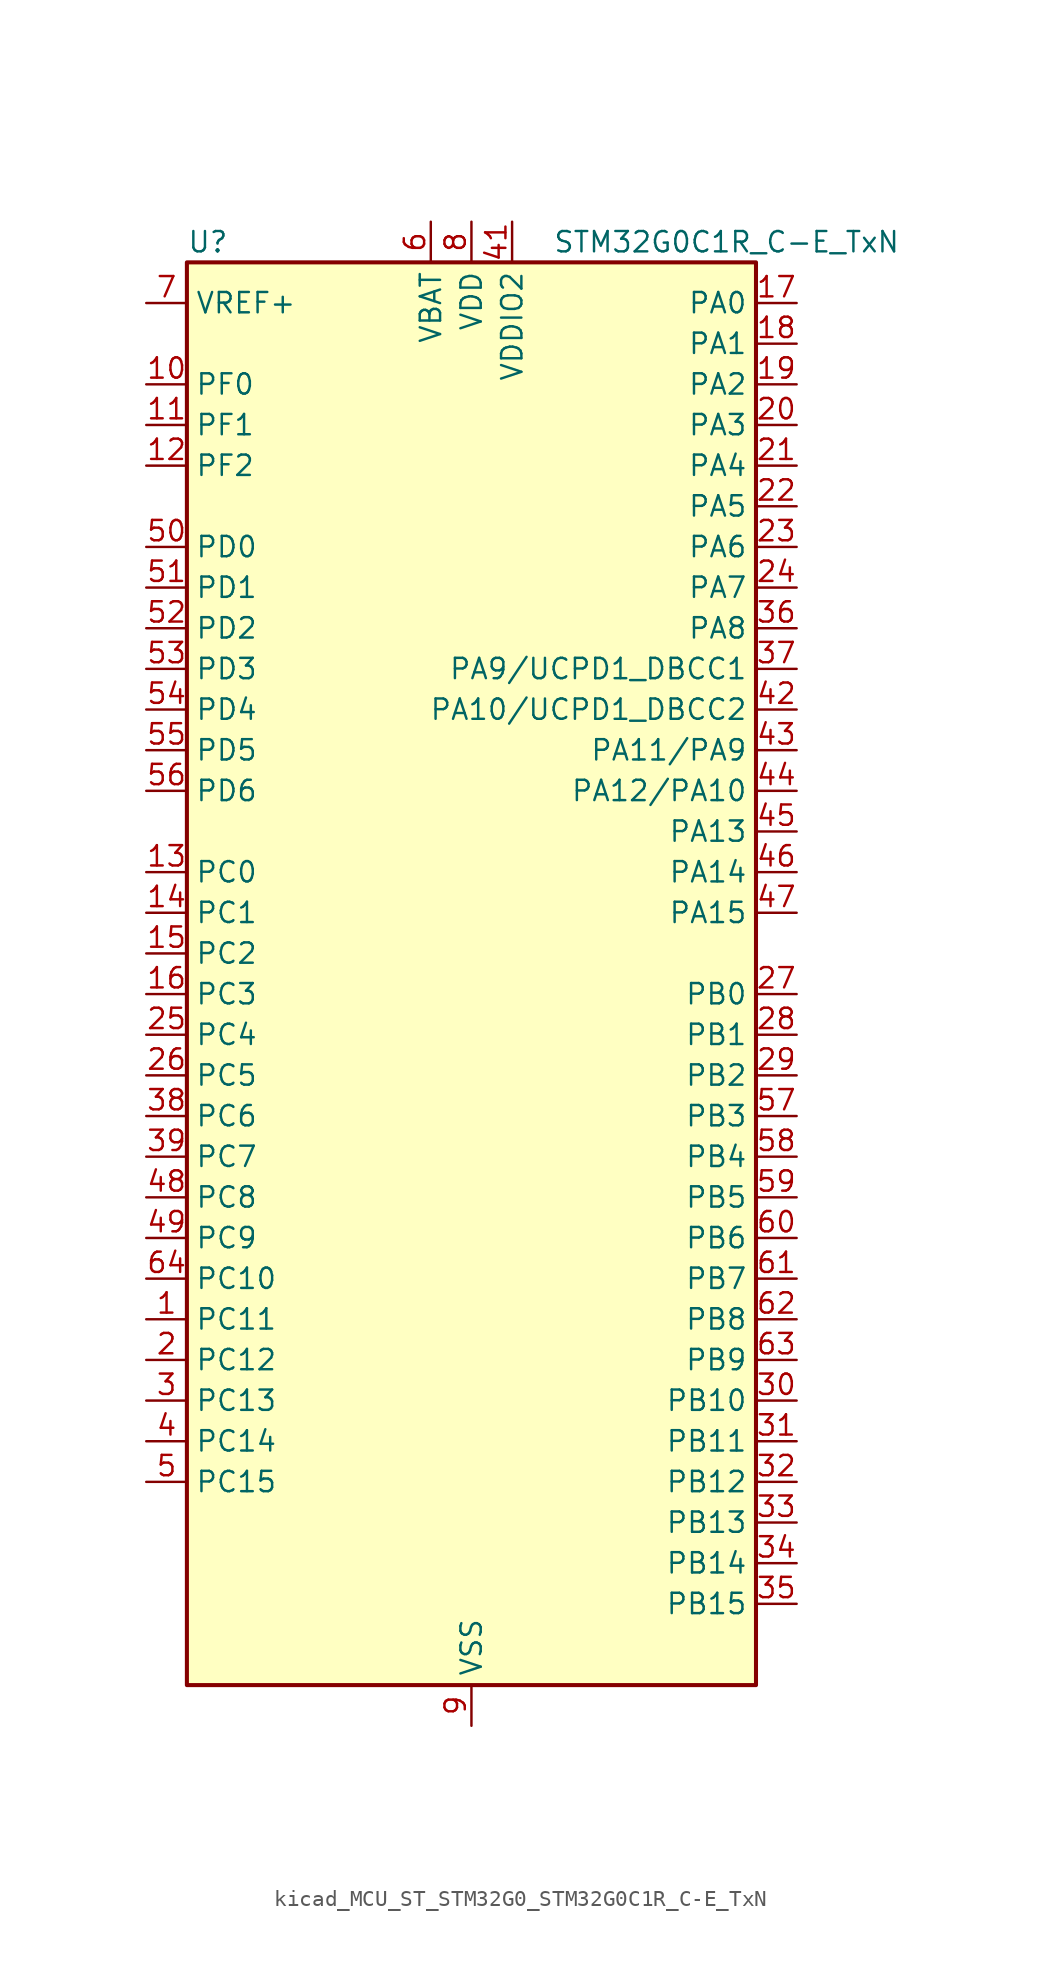
<source format=kicad_sym>
(kicad_symbol_lib
  (version 20220914)
  (generator kicad_symbol_editor)
  (symbol "kicad_MCU_ST_STM32G0_STM32G0C1R_C-E_TxN"
    (property "Reference" "U"
      (at -17.78 46.99 0)
      (effects (font (size 1.27 1.27)) (justify left)))
    (property "Value" "STM32G0C1R_C-E_TxN"
      (at 5.08 46.99 0)
      (effects (font (size 1.27 1.27)) (justify left)))
    (property "ki_locked" ""
      (at 0 0 0)
      (effects (font (size 1.27 1.27))))
    (symbol "kicad_MCU_ST_STM32G0_STM32G0C1R_C-E_TxN_0_1"
      (rectangle (start -17.78 -43.18) (end 17.78 45.72) (stroke (width 0.254) (type default)) (fill (type background))))
    (symbol "kicad_MCU_ST_STM32G0_STM32G0C1R_C-E_TxN_1_1"
      (pin bidirectional line (at -20.32 -20.32 0) (length 2.54) (name "PC11" (effects (font (size 1.27 1.27)))) (number "1" (effects (font (size 1.27 1.27)))) (alternate "ADC1_EXTI11" bidirectional line) (alternate "SPI3_MISO" bidirectional line) (alternate "TIM1_CH4" bidirectional line) (alternate "USART3_RX" bidirectional line) (alternate "USART4_RX" bidirectional line))
      (pin bidirectional line (at -20.32 38.1 0) (length 2.54) (name "PF0" (effects (font (size 1.27 1.27)))) (number "10" (effects (font (size 1.27 1.27)))) (alternate "CRS1_SYNC" bidirectional line) (alternate "RCC_OSC_IN" bidirectional line) (alternate "TIM14_CH1" bidirectional line))
      (pin bidirectional line (at -20.32 35.56 0) (length 2.54) (name "PF1" (effects (font (size 1.27 1.27)))) (number "11" (effects (font (size 1.27 1.27)))) (alternate "RCC_OSC_EN" bidirectional line) (alternate "RCC_OSC_OUT" bidirectional line) (alternate "TIM15_CH1N" bidirectional line))
      (pin bidirectional line (at -20.32 33.02 0) (length 2.54) (name "PF2" (effects (font (size 1.27 1.27)))) (number "12" (effects (font (size 1.27 1.27)))) (alternate "LPUART2_DE" bidirectional line) (alternate "LPUART2_RTS" bidirectional line) (alternate "LPUART2_TX" bidirectional line) (alternate "RCC_MCO" bidirectional line))
      (pin bidirectional line (at -20.32 7.62 0) (length 2.54) (name "PC0" (effects (font (size 1.27 1.27)))) (number "13" (effects (font (size 1.27 1.27)))) (alternate "COMP3_INM" bidirectional line) (alternate "COMP3_OUT" bidirectional line) (alternate "I2C3_SCL" bidirectional line) (alternate "LPTIM1_IN1" bidirectional line) (alternate "LPTIM2_IN1" bidirectional line) (alternate "LPUART1_RX" bidirectional line) (alternate "LPUART2_TX" bidirectional line) (alternate "USART6_TX" bidirectional line))
      (pin bidirectional line (at -20.32 5.08 0) (length 2.54) (name "PC1" (effects (font (size 1.27 1.27)))) (number "14" (effects (font (size 1.27 1.27)))) (alternate "COMP3_INP" bidirectional line) (alternate "I2C3_SDA" bidirectional line) (alternate "LPTIM1_OUT" bidirectional line) (alternate "LPUART1_TX" bidirectional line) (alternate "LPUART2_RX" bidirectional line) (alternate "TIM15_CH1" bidirectional line) (alternate "USART6_RX" bidirectional line))
      (pin bidirectional line (at -20.32 2.54 0) (length 2.54) (name "PC2" (effects (font (size 1.27 1.27)))) (number "15" (effects (font (size 1.27 1.27)))) (alternate "COMP3_OUT" bidirectional line) (alternate "FDCAN2_RX" bidirectional line) (alternate "I2S2_MCK" bidirectional line) (alternate "LPTIM1_IN2" bidirectional line) (alternate "SPI2_MISO" bidirectional line) (alternate "TIM15_CH2" bidirectional line))
      (pin bidirectional line (at -20.32 0 0) (length 2.54) (name "PC3" (effects (font (size 1.27 1.27)))) (number "16" (effects (font (size 1.27 1.27)))) (alternate "FDCAN2_TX" bidirectional line) (alternate "I2S2_SD" bidirectional line) (alternate "LPTIM1_ETR" bidirectional line) (alternate "LPTIM2_ETR" bidirectional line) (alternate "SPI2_MOSI" bidirectional line))
      (pin bidirectional line (at 20.32 43.18 180) (length 2.54) (name "PA0" (effects (font (size 1.27 1.27)))) (number "17" (effects (font (size 1.27 1.27)))) (alternate "ADC1_IN0" bidirectional line) (alternate "COMP1_INM" bidirectional line) (alternate "COMP1_OUT" bidirectional line) (alternate "I2S2_CK" bidirectional line) (alternate "LPTIM1_OUT" bidirectional line) (alternate "RTC_TAMP_IN2" bidirectional line) (alternate "SPI2_SCK" bidirectional line) (alternate "SYS_WKUP1" bidirectional line) (alternate "TIM2_CH1" bidirectional line) (alternate "TIM2_ETR" bidirectional line) (alternate "UCPD2_FRSTX1" bidirectional line) (alternate "UCPD2_FRSTX2" bidirectional line) (alternate "USART2_CTS" bidirectional line) (alternate "USART2_NSS" bidirectional line) (alternate "USART4_TX" bidirectional line))
      (pin bidirectional line (at 20.32 40.64 180) (length 2.54) (name "PA1" (effects (font (size 1.27 1.27)))) (number "18" (effects (font (size 1.27 1.27)))) (alternate "ADC1_IN1" bidirectional line) (alternate "COMP1_INP" bidirectional line) (alternate "I2C1_SMBA" bidirectional line) (alternate "I2S1_CK" bidirectional line) (alternate "SPI1_SCK" bidirectional line) (alternate "TIM15_CH1N" bidirectional line) (alternate "TIM2_CH2" bidirectional line) (alternate "USART2_CK" bidirectional line) (alternate "USART2_DE" bidirectional line) (alternate "USART2_RTS" bidirectional line) (alternate "USART4_RX" bidirectional line))
      (pin bidirectional line (at 20.32 38.1 180) (length 2.54) (name "PA2" (effects (font (size 1.27 1.27)))) (number "19" (effects (font (size 1.27 1.27)))) (alternate "ADC1_IN2" bidirectional line) (alternate "COMP2_INM" bidirectional line) (alternate "COMP2_OUT" bidirectional line) (alternate "I2S1_SD" bidirectional line) (alternate "LPUART1_TX" bidirectional line) (alternate "RCC_LSCO" bidirectional line) (alternate "SPI1_MOSI" bidirectional line) (alternate "SYS_WKUP4" bidirectional line) (alternate "TIM15_CH1" bidirectional line) (alternate "TIM2_CH3" bidirectional line) (alternate "UCPD1_FRSTX1" bidirectional line) (alternate "UCPD1_FRSTX2" bidirectional line) (alternate "USART2_TX" bidirectional line))
      (pin bidirectional line (at -20.32 -22.86 0) (length 2.54) (name "PC12" (effects (font (size 1.27 1.27)))) (number "2" (effects (font (size 1.27 1.27)))) (alternate "LPTIM1_IN1" bidirectional line) (alternate "SPI3_MOSI" bidirectional line) (alternate "TIM14_CH1" bidirectional line) (alternate "UCPD1_FRSTX1" bidirectional line) (alternate "UCPD1_FRSTX2" bidirectional line) (alternate "USART5_TX" bidirectional line))
      (pin bidirectional line (at 20.32 35.56 180) (length 2.54) (name "PA3" (effects (font (size 1.27 1.27)))) (number "20" (effects (font (size 1.27 1.27)))) (alternate "ADC1_IN3" bidirectional line) (alternate "COMP2_INP" bidirectional line) (alternate "I2S2_MCK" bidirectional line) (alternate "LPUART1_RX" bidirectional line) (alternate "SPI2_MISO" bidirectional line) (alternate "TIM15_CH2" bidirectional line) (alternate "TIM2_CH4" bidirectional line) (alternate "UCPD2_FRSTX1" bidirectional line) (alternate "UCPD2_FRSTX2" bidirectional line) (alternate "USART2_RX" bidirectional line))
      (pin bidirectional line (at 20.32 33.02 180) (length 2.54) (name "PA4" (effects (font (size 1.27 1.27)))) (number "21" (effects (font (size 1.27 1.27)))) (alternate "ADC1_IN4" bidirectional line) (alternate "DAC1_OUT1" bidirectional line) (alternate "I2S1_WS" bidirectional line) (alternate "I2S2_SD" bidirectional line) (alternate "LPTIM2_OUT" bidirectional line) (alternate "RTC_OUT2" bidirectional line) (alternate "SPI1_NSS" bidirectional line) (alternate "SPI2_MOSI" bidirectional line) (alternate "SPI3_NSS" bidirectional line) (alternate "TIM14_CH1" bidirectional line) (alternate "UCPD2_FRSTX1" bidirectional line) (alternate "UCPD2_FRSTX2" bidirectional line) (alternate "USART6_TX" bidirectional line) (alternate "USB_NOE" bidirectional line))
      (pin bidirectional line (at 20.32 30.48 180) (length 2.54) (name "PA5" (effects (font (size 1.27 1.27)))) (number "22" (effects (font (size 1.27 1.27)))) (alternate "ADC1_IN5" bidirectional line) (alternate "CEC" bidirectional line) (alternate "DAC1_OUT2" bidirectional line) (alternate "I2S1_CK" bidirectional line) (alternate "LPTIM2_ETR" bidirectional line) (alternate "SPI1_SCK" bidirectional line) (alternate "TIM2_CH1" bidirectional line) (alternate "TIM2_ETR" bidirectional line) (alternate "UCPD1_FRSTX1" bidirectional line) (alternate "UCPD1_FRSTX2" bidirectional line) (alternate "USART3_TX" bidirectional line) (alternate "USART6_RX" bidirectional line))
      (pin bidirectional line (at 20.32 27.94 180) (length 2.54) (name "PA6" (effects (font (size 1.27 1.27)))) (number "23" (effects (font (size 1.27 1.27)))) (alternate "ADC1_IN6" bidirectional line) (alternate "COMP1_OUT" bidirectional line) (alternate "I2C2_SDA" bidirectional line) (alternate "I2C3_SDA" bidirectional line) (alternate "I2S1_MCK" bidirectional line) (alternate "LPUART1_CTS" bidirectional line) (alternate "SPI1_MISO" bidirectional line) (alternate "TIM16_CH1" bidirectional line) (alternate "TIM1_BK" bidirectional line) (alternate "TIM3_CH1" bidirectional line) (alternate "USART3_CTS" bidirectional line) (alternate "USART3_NSS" bidirectional line) (alternate "USART6_CTS" bidirectional line) (alternate "USART6_NSS" bidirectional line))
      (pin bidirectional line (at 20.32 25.4 180) (length 2.54) (name "PA7" (effects (font (size 1.27 1.27)))) (number "24" (effects (font (size 1.27 1.27)))) (alternate "ADC1_IN7" bidirectional line) (alternate "COMP2_OUT" bidirectional line) (alternate "I2C2_SCL" bidirectional line) (alternate "I2C3_SCL" bidirectional line) (alternate "I2S1_SD" bidirectional line) (alternate "SPI1_MOSI" bidirectional line) (alternate "TIM14_CH1" bidirectional line) (alternate "TIM17_CH1" bidirectional line) (alternate "TIM1_CH1N" bidirectional line) (alternate "TIM3_CH2" bidirectional line) (alternate "UCPD1_FRSTX1" bidirectional line) (alternate "UCPD1_FRSTX2" bidirectional line) (alternate "USART6_CK" bidirectional line) (alternate "USART6_DE" bidirectional line) (alternate "USART6_RTS" bidirectional line))
      (pin bidirectional line (at -20.32 -2.54 0) (length 2.54) (name "PC4" (effects (font (size 1.27 1.27)))) (number "25" (effects (font (size 1.27 1.27)))) (alternate "ADC1_IN17" bidirectional line) (alternate "COMP1_INM" bidirectional line) (alternate "FDCAN1_RX" bidirectional line) (alternate "TIM2_CH1" bidirectional line) (alternate "TIM2_ETR" bidirectional line) (alternate "USART1_TX" bidirectional line) (alternate "USART3_TX" bidirectional line))
      (pin bidirectional line (at -20.32 -5.08 0) (length 2.54) (name "PC5" (effects (font (size 1.27 1.27)))) (number "26" (effects (font (size 1.27 1.27)))) (alternate "ADC1_IN18" bidirectional line) (alternate "COMP1_INP" bidirectional line) (alternate "FDCAN1_TX" bidirectional line) (alternate "SYS_WKUP5" bidirectional line) (alternate "TIM2_CH2" bidirectional line) (alternate "USART1_RX" bidirectional line) (alternate "USART3_RX" bidirectional line))
      (pin bidirectional line (at 20.32 0 180) (length 2.54) (name "PB0" (effects (font (size 1.27 1.27)))) (number "27" (effects (font (size 1.27 1.27)))) (alternate "ADC1_IN8" bidirectional line) (alternate "COMP1_OUT" bidirectional line) (alternate "COMP3_INP" bidirectional line) (alternate "FDCAN2_RX" bidirectional line) (alternate "I2S1_WS" bidirectional line) (alternate "LPTIM1_OUT" bidirectional line) (alternate "LPUART2_CTS" bidirectional line) (alternate "SPI1_NSS" bidirectional line) (alternate "TIM1_CH2N" bidirectional line) (alternate "TIM3_CH3" bidirectional line) (alternate "UCPD1_FRSTX1" bidirectional line) (alternate "UCPD1_FRSTX2" bidirectional line) (alternate "USART3_RX" bidirectional line) (alternate "USART5_TX" bidirectional line))
      (pin bidirectional line (at 20.32 -2.54 180) (length 2.54) (name "PB1" (effects (font (size 1.27 1.27)))) (number "28" (effects (font (size 1.27 1.27)))) (alternate "ADC1_IN9" bidirectional line) (alternate "COMP1_INM" bidirectional line) (alternate "COMP3_OUT" bidirectional line) (alternate "FDCAN2_TX" bidirectional line) (alternate "LPTIM2_IN1" bidirectional line) (alternate "LPUART1_DE" bidirectional line) (alternate "LPUART1_RTS" bidirectional line) (alternate "LPUART2_DE" bidirectional line) (alternate "LPUART2_RTS" bidirectional line) (alternate "TIM14_CH1" bidirectional line) (alternate "TIM1_CH3N" bidirectional line) (alternate "TIM3_CH4" bidirectional line) (alternate "USART3_CK" bidirectional line) (alternate "USART3_DE" bidirectional line) (alternate "USART3_RTS" bidirectional line) (alternate "USART5_RX" bidirectional line))
      (pin bidirectional line (at 20.32 -5.08 180) (length 2.54) (name "PB2" (effects (font (size 1.27 1.27)))) (number "29" (effects (font (size 1.27 1.27)))) (alternate "ADC1_IN10" bidirectional line) (alternate "COMP1_INP" bidirectional line) (alternate "COMP3_INM" bidirectional line) (alternate "I2S2_MCK" bidirectional line) (alternate "LPTIM1_OUT" bidirectional line) (alternate "RCC_MCO_2" bidirectional line) (alternate "SPI2_MISO" bidirectional line) (alternate "USART3_TX" bidirectional line))
      (pin bidirectional line (at -20.32 -25.4 0) (length 2.54) (name "PC13" (effects (font (size 1.27 1.27)))) (number "3" (effects (font (size 1.27 1.27)))) (alternate "RTC_OUT1" bidirectional line) (alternate "RTC_TAMP_IN1" bidirectional line) (alternate "RTC_TS" bidirectional line) (alternate "SYS_WKUP2" bidirectional line) (alternate "TIM1_BK" bidirectional line))
      (pin bidirectional line (at 20.32 -25.4 180) (length 2.54) (name "PB10" (effects (font (size 1.27 1.27)))) (number "30" (effects (font (size 1.27 1.27)))) (alternate "ADC1_IN11" bidirectional line) (alternate "CEC" bidirectional line) (alternate "COMP1_OUT" bidirectional line) (alternate "I2C2_SCL" bidirectional line) (alternate "I2S2_CK" bidirectional line) (alternate "LPUART1_RX" bidirectional line) (alternate "SPI2_SCK" bidirectional line) (alternate "TIM2_CH3" bidirectional line) (alternate "USART3_TX" bidirectional line))
      (pin bidirectional line (at 20.32 -27.94 180) (length 2.54) (name "PB11" (effects (font (size 1.27 1.27)))) (number "31" (effects (font (size 1.27 1.27)))) (alternate "ADC1_EXTI11" bidirectional line) (alternate "ADC1_IN15" bidirectional line) (alternate "COMP2_OUT" bidirectional line) (alternate "I2C2_SDA" bidirectional line) (alternate "I2S2_SD" bidirectional line) (alternate "LPUART1_TX" bidirectional line) (alternate "SPI2_MOSI" bidirectional line) (alternate "TIM2_CH4" bidirectional line) (alternate "USART3_RX" bidirectional line))
      (pin bidirectional line (at 20.32 -30.48 180) (length 2.54) (name "PB12" (effects (font (size 1.27 1.27)))) (number "32" (effects (font (size 1.27 1.27)))) (alternate "ADC1_IN16" bidirectional line) (alternate "FDCAN2_RX" bidirectional line) (alternate "I2C2_SMBA" bidirectional line) (alternate "I2S2_WS" bidirectional line) (alternate "LPUART1_DE" bidirectional line) (alternate "LPUART1_RTS" bidirectional line) (alternate "SPI2_NSS" bidirectional line) (alternate "TIM15_BK" bidirectional line) (alternate "TIM1_BK" bidirectional line) (alternate "UCPD2_FRSTX1" bidirectional line) (alternate "UCPD2_FRSTX2" bidirectional line))
      (pin bidirectional line (at 20.32 -33.02 180) (length 2.54) (name "PB13" (effects (font (size 1.27 1.27)))) (number "33" (effects (font (size 1.27 1.27)))) (alternate "FDCAN2_TX" bidirectional line) (alternate "I2C2_SCL" bidirectional line) (alternate "I2S2_CK" bidirectional line) (alternate "LPUART1_CTS" bidirectional line) (alternate "SPI2_SCK" bidirectional line) (alternate "TIM15_CH1N" bidirectional line) (alternate "TIM1_CH1N" bidirectional line) (alternate "USART3_CTS" bidirectional line) (alternate "USART3_NSS" bidirectional line))
      (pin bidirectional line (at 20.32 -35.56 180) (length 2.54) (name "PB14" (effects (font (size 1.27 1.27)))) (number "34" (effects (font (size 1.27 1.27)))) (alternate "I2C2_SDA" bidirectional line) (alternate "I2S2_MCK" bidirectional line) (alternate "SPI2_MISO" bidirectional line) (alternate "TIM15_CH1" bidirectional line) (alternate "TIM1_CH2N" bidirectional line) (alternate "UCPD1_FRSTX1" bidirectional line) (alternate "UCPD1_FRSTX2" bidirectional line) (alternate "USART3_CK" bidirectional line) (alternate "USART3_DE" bidirectional line) (alternate "USART3_RTS" bidirectional line) (alternate "USART6_CK" bidirectional line) (alternate "USART6_DE" bidirectional line) (alternate "USART6_RTS" bidirectional line))
      (pin bidirectional line (at 20.32 -38.1 180) (length 2.54) (name "PB15" (effects (font (size 1.27 1.27)))) (number "35" (effects (font (size 1.27 1.27)))) (alternate "I2S2_SD" bidirectional line) (alternate "RTC_REFIN" bidirectional line) (alternate "SPI2_MOSI" bidirectional line) (alternate "TIM15_CH1N" bidirectional line) (alternate "TIM15_CH2" bidirectional line) (alternate "TIM1_CH3N" bidirectional line) (alternate "UCPD1_CC2" bidirectional line) (alternate "USART6_CTS" bidirectional line) (alternate "USART6_NSS" bidirectional line))
      (pin bidirectional line (at 20.32 22.86 180) (length 2.54) (name "PA8" (effects (font (size 1.27 1.27)))) (number "36" (effects (font (size 1.27 1.27)))) (alternate "CRS1_SYNC" bidirectional line) (alternate "I2C2_SMBA" bidirectional line) (alternate "I2S2_WS" bidirectional line) (alternate "LPTIM2_OUT" bidirectional line) (alternate "RCC_MCO" bidirectional line) (alternate "SPI2_NSS" bidirectional line) (alternate "TIM1_CH1" bidirectional line) (alternate "UCPD1_CC1" bidirectional line))
      (pin bidirectional line (at 20.32 20.32 180) (length 2.54) (name "PA9/UCPD1_DBCC1" (effects (font (size 1.27 1.27)))) (number "37" (effects (font (size 1.27 1.27)))) (alternate "DAC1_EXTI9" bidirectional line) (alternate "I2C1_SCL" bidirectional line) (alternate "I2C2_SCL" bidirectional line) (alternate "I2S2_MCK" bidirectional line) (alternate "RCC_MCO" bidirectional line) (alternate "SPI2_MISO" bidirectional line) (alternate "TIM15_BK" bidirectional line) (alternate "TIM1_CH2" bidirectional line) (alternate "UCPD1_DBCC1" bidirectional line) (alternate "USART1_TX" bidirectional line))
      (pin bidirectional line (at -20.32 -7.62 0) (length 2.54) (name "PC6" (effects (font (size 1.27 1.27)))) (number "38" (effects (font (size 1.27 1.27)))) (alternate "LPUART2_TX" bidirectional line) (alternate "TIM2_CH3" bidirectional line) (alternate "TIM3_CH1" bidirectional line) (alternate "UCPD1_FRSTX1" bidirectional line) (alternate "UCPD1_FRSTX2" bidirectional line))
      (pin bidirectional line (at -20.32 -10.16 0) (length 2.54) (name "PC7" (effects (font (size 1.27 1.27)))) (number "39" (effects (font (size 1.27 1.27)))) (alternate "LPUART2_RX" bidirectional line) (alternate "TIM2_CH4" bidirectional line) (alternate "TIM3_CH2" bidirectional line) (alternate "UCPD2_FRSTX1" bidirectional line) (alternate "UCPD2_FRSTX2" bidirectional line))
      (pin bidirectional line (at -20.32 -27.94 0) (length 2.54) (name "PC14" (effects (font (size 1.27 1.27)))) (number "4" (effects (font (size 1.27 1.27)))) (alternate "RCC_OSC32_IN" bidirectional line) (alternate "TIM1_BK2" bidirectional line))
      (pin passive line (at 0 -45.72 90) (length 2.54) hide (name "VSS" (effects (font (size 1.27 1.27)))) (number "40" (effects (font (size 1.27 1.27)))))
      (pin power_in line (at 2.54 48.26 270) (length 2.54) (name "VDDIO2" (effects (font (size 1.27 1.27)))) (number "41" (effects (font (size 1.27 1.27)))))
      (pin bidirectional line (at 20.32 17.78 180) (length 2.54) (name "PA10/UCPD1_DBCC2" (effects (font (size 1.27 1.27)))) (number "42" (effects (font (size 1.27 1.27)))) (alternate "I2C1_SDA" bidirectional line) (alternate "I2C2_SDA" bidirectional line) (alternate "I2S2_SD" bidirectional line) (alternate "RCC_MCO_2" bidirectional line) (alternate "SPI2_MOSI" bidirectional line) (alternate "TIM17_BK" bidirectional line) (alternate "TIM1_CH3" bidirectional line) (alternate "UCPD1_DBCC2" bidirectional line) (alternate "USART1_RX" bidirectional line))
      (pin bidirectional line (at 20.32 15.24 180) (length 2.54) (name "PA11/PA9" (effects (font (size 1.27 1.27)))) (number "43" (effects (font (size 1.27 1.27)))) (alternate "ADC1_EXTI11" bidirectional line) (alternate "COMP1_OUT" bidirectional line) (alternate "FDCAN1_RX" bidirectional line) (alternate "I2C2_SCL" bidirectional line) (alternate "I2S1_MCK" bidirectional line) (alternate "SPI1_MISO" bidirectional line) (alternate "TIM1_BK2" bidirectional line) (alternate "TIM1_CH4" bidirectional line) (alternate "USART1_CTS" bidirectional line) (alternate "USART1_NSS" bidirectional line) (alternate "USB_DM" bidirectional line))
      (pin bidirectional line (at 20.32 12.7 180) (length 2.54) (name "PA12/PA10" (effects (font (size 1.27 1.27)))) (number "44" (effects (font (size 1.27 1.27)))) (alternate "COMP2_OUT" bidirectional line) (alternate "FDCAN1_TX" bidirectional line) (alternate "I2C2_SDA" bidirectional line) (alternate "I2S1_SD" bidirectional line) (alternate "I2S_CKIN" bidirectional line) (alternate "SPI1_MOSI" bidirectional line) (alternate "TIM1_ETR" bidirectional line) (alternate "USART1_CK" bidirectional line) (alternate "USART1_DE" bidirectional line) (alternate "USART1_RTS" bidirectional line) (alternate "USB_DP" bidirectional line))
      (pin bidirectional line (at 20.32 10.16 180) (length 2.54) (name "PA13" (effects (font (size 1.27 1.27)))) (number "45" (effects (font (size 1.27 1.27)))) (alternate "IR_OUT" bidirectional line) (alternate "LPUART2_RX" bidirectional line) (alternate "SYS_SWDIO" bidirectional line) (alternate "USB_NOE" bidirectional line))
      (pin bidirectional line (at 20.32 7.62 180) (length 2.54) (name "PA14" (effects (font (size 1.27 1.27)))) (number "46" (effects (font (size 1.27 1.27)))) (alternate "LPUART2_TX" bidirectional line) (alternate "SYS_SWCLK" bidirectional line) (alternate "USART2_TX" bidirectional line))
      (pin bidirectional line (at 20.32 5.08 180) (length 2.54) (name "PA15" (effects (font (size 1.27 1.27)))) (number "47" (effects (font (size 1.27 1.27)))) (alternate "I2C2_SMBA" bidirectional line) (alternate "I2S1_WS" bidirectional line) (alternate "RCC_MCO_2" bidirectional line) (alternate "SPI1_NSS" bidirectional line) (alternate "SPI3_NSS" bidirectional line) (alternate "TIM2_CH1" bidirectional line) (alternate "TIM2_ETR" bidirectional line) (alternate "USART2_RX" bidirectional line) (alternate "USART3_CK" bidirectional line) (alternate "USART3_DE" bidirectional line) (alternate "USART3_RTS" bidirectional line) (alternate "USART4_CK" bidirectional line) (alternate "USART4_DE" bidirectional line) (alternate "USART4_RTS" bidirectional line) (alternate "USB_NOE" bidirectional line))
      (pin bidirectional line (at -20.32 -12.7 0) (length 2.54) (name "PC8" (effects (font (size 1.27 1.27)))) (number "48" (effects (font (size 1.27 1.27)))) (alternate "LPUART2_CTS" bidirectional line) (alternate "TIM1_CH1" bidirectional line) (alternate "TIM3_CH3" bidirectional line) (alternate "UCPD2_FRSTX1" bidirectional line) (alternate "UCPD2_FRSTX2" bidirectional line))
      (pin bidirectional line (at -20.32 -15.24 0) (length 2.54) (name "PC9" (effects (font (size 1.27 1.27)))) (number "49" (effects (font (size 1.27 1.27)))) (alternate "DAC1_EXTI9" bidirectional line) (alternate "I2S_CKIN" bidirectional line) (alternate "LPUART2_DE" bidirectional line) (alternate "LPUART2_RTS" bidirectional line) (alternate "TIM1_CH2" bidirectional line) (alternate "TIM3_CH4" bidirectional line) (alternate "USB_NOE" bidirectional line))
      (pin bidirectional line (at -20.32 -30.48 0) (length 2.54) (name "PC15" (effects (font (size 1.27 1.27)))) (number "5" (effects (font (size 1.27 1.27)))) (alternate "RCC_OSC32_EN" bidirectional line) (alternate "RCC_OSC32_OUT" bidirectional line) (alternate "RCC_OSC_EN" bidirectional line) (alternate "TIM15_BK" bidirectional line))
      (pin bidirectional line (at -20.32 27.94 0) (length 2.54) (name "PD0" (effects (font (size 1.27 1.27)))) (number "50" (effects (font (size 1.27 1.27)))) (alternate "FDCAN1_RX" bidirectional line) (alternate "I2S2_WS" bidirectional line) (alternate "SPI2_NSS" bidirectional line) (alternate "TIM16_CH1" bidirectional line) (alternate "UCPD2_CC1" bidirectional line))
      (pin bidirectional line (at -20.32 25.4 0) (length 2.54) (name "PD1" (effects (font (size 1.27 1.27)))) (number "51" (effects (font (size 1.27 1.27)))) (alternate "FDCAN1_TX" bidirectional line) (alternate "I2S2_CK" bidirectional line) (alternate "SPI2_SCK" bidirectional line) (alternate "TIM17_CH1" bidirectional line) (alternate "UCPD2_DBCC1" bidirectional line))
      (pin bidirectional line (at -20.32 22.86 0) (length 2.54) (name "PD2" (effects (font (size 1.27 1.27)))) (number "52" (effects (font (size 1.27 1.27)))) (alternate "TIM1_CH1N" bidirectional line) (alternate "TIM3_ETR" bidirectional line) (alternate "UCPD2_CC2" bidirectional line) (alternate "USART3_CK" bidirectional line) (alternate "USART3_DE" bidirectional line) (alternate "USART3_RTS" bidirectional line) (alternate "USART5_RX" bidirectional line))
      (pin bidirectional line (at -20.32 20.32 0) (length 2.54) (name "PD3" (effects (font (size 1.27 1.27)))) (number "53" (effects (font (size 1.27 1.27)))) (alternate "I2S2_MCK" bidirectional line) (alternate "SPI2_MISO" bidirectional line) (alternate "TIM1_CH2N" bidirectional line) (alternate "UCPD2_DBCC2" bidirectional line) (alternate "USART2_CTS" bidirectional line) (alternate "USART2_NSS" bidirectional line) (alternate "USART5_TX" bidirectional line))
      (pin bidirectional line (at -20.32 17.78 0) (length 2.54) (name "PD4" (effects (font (size 1.27 1.27)))) (number "54" (effects (font (size 1.27 1.27)))) (alternate "I2S2_SD" bidirectional line) (alternate "SPI2_MOSI" bidirectional line) (alternate "TIM1_CH3N" bidirectional line) (alternate "USART2_CK" bidirectional line) (alternate "USART2_DE" bidirectional line) (alternate "USART2_RTS" bidirectional line) (alternate "USART5_CK" bidirectional line) (alternate "USART5_DE" bidirectional line) (alternate "USART5_RTS" bidirectional line))
      (pin bidirectional line (at -20.32 15.24 0) (length 2.54) (name "PD5" (effects (font (size 1.27 1.27)))) (number "55" (effects (font (size 1.27 1.27)))) (alternate "I2S1_MCK" bidirectional line) (alternate "SPI1_MISO" bidirectional line) (alternate "TIM1_BK" bidirectional line) (alternate "USART2_TX" bidirectional line) (alternate "USART5_CTS" bidirectional line) (alternate "USART5_NSS" bidirectional line))
      (pin bidirectional line (at -20.32 12.7 0) (length 2.54) (name "PD6" (effects (font (size 1.27 1.27)))) (number "56" (effects (font (size 1.27 1.27)))) (alternate "I2S1_SD" bidirectional line) (alternate "LPTIM2_OUT" bidirectional line) (alternate "SPI1_MOSI" bidirectional line) (alternate "USART2_RX" bidirectional line))
      (pin bidirectional line (at 20.32 -7.62 180) (length 2.54) (name "PB3" (effects (font (size 1.27 1.27)))) (number "57" (effects (font (size 1.27 1.27)))) (alternate "COMP2_INM" bidirectional line) (alternate "I2C2_SCL" bidirectional line) (alternate "I2C3_SCL" bidirectional line) (alternate "I2S1_CK" bidirectional line) (alternate "SPI1_SCK" bidirectional line) (alternate "SPI3_SCK" bidirectional line) (alternate "TIM1_CH2" bidirectional line) (alternate "TIM2_CH2" bidirectional line) (alternate "USART1_CK" bidirectional line) (alternate "USART1_DE" bidirectional line) (alternate "USART1_RTS" bidirectional line) (alternate "USART5_TX" bidirectional line))
      (pin bidirectional line (at 20.32 -10.16 180) (length 2.54) (name "PB4" (effects (font (size 1.27 1.27)))) (number "58" (effects (font (size 1.27 1.27)))) (alternate "COMP2_INP" bidirectional line) (alternate "I2C2_SDA" bidirectional line) (alternate "I2C3_SDA" bidirectional line) (alternate "I2S1_MCK" bidirectional line) (alternate "SPI1_MISO" bidirectional line) (alternate "SPI3_MISO" bidirectional line) (alternate "TIM17_BK" bidirectional line) (alternate "TIM3_CH1" bidirectional line) (alternate "USART1_CTS" bidirectional line) (alternate "USART1_NSS" bidirectional line) (alternate "USART5_RX" bidirectional line))
      (pin bidirectional line (at 20.32 -12.7 180) (length 2.54) (name "PB5" (effects (font (size 1.27 1.27)))) (number "59" (effects (font (size 1.27 1.27)))) (alternate "COMP2_OUT" bidirectional line) (alternate "FDCAN2_RX" bidirectional line) (alternate "I2C1_SMBA" bidirectional line) (alternate "I2S1_SD" bidirectional line) (alternate "LPTIM1_IN1" bidirectional line) (alternate "SPI1_MOSI" bidirectional line) (alternate "SPI3_MOSI" bidirectional line) (alternate "SYS_WKUP6" bidirectional line) (alternate "TIM16_BK" bidirectional line) (alternate "TIM3_CH2" bidirectional line) (alternate "USART5_CK" bidirectional line) (alternate "USART5_DE" bidirectional line) (alternate "USART5_RTS" bidirectional line))
      (pin power_in line (at -2.54 48.26 270) (length 2.54) (name "VBAT" (effects (font (size 1.27 1.27)))) (number "6" (effects (font (size 1.27 1.27)))))
      (pin bidirectional line (at 20.32 -15.24 180) (length 2.54) (name "PB6" (effects (font (size 1.27 1.27)))) (number "60" (effects (font (size 1.27 1.27)))) (alternate "COMP2_INP" bidirectional line) (alternate "FDCAN2_TX" bidirectional line) (alternate "I2C1_SCL" bidirectional line) (alternate "I2S2_MCK" bidirectional line) (alternate "LPTIM1_ETR" bidirectional line) (alternate "LPUART2_TX" bidirectional line) (alternate "SPI2_MISO" bidirectional line) (alternate "TIM16_CH1N" bidirectional line) (alternate "TIM1_CH3" bidirectional line) (alternate "TIM4_CH1" bidirectional line) (alternate "USART1_TX" bidirectional line) (alternate "USART5_CTS" bidirectional line) (alternate "USART5_NSS" bidirectional line))
      (pin bidirectional line (at 20.32 -17.78 180) (length 2.54) (name "PB7" (effects (font (size 1.27 1.27)))) (number "61" (effects (font (size 1.27 1.27)))) (alternate "COMP2_INM" bidirectional line) (alternate "I2C1_SDA" bidirectional line) (alternate "I2S2_SD" bidirectional line) (alternate "LPTIM1_IN2" bidirectional line) (alternate "LPUART2_RX" bidirectional line) (alternate "SPI2_MOSI" bidirectional line) (alternate "SYS_PVD_IN" bidirectional line) (alternate "TIM17_CH1N" bidirectional line) (alternate "TIM4_CH2" bidirectional line) (alternate "USART1_RX" bidirectional line) (alternate "USART4_CTS" bidirectional line) (alternate "USART4_NSS" bidirectional line))
      (pin bidirectional line (at 20.32 -20.32 180) (length 2.54) (name "PB8" (effects (font (size 1.27 1.27)))) (number "62" (effects (font (size 1.27 1.27)))) (alternate "CEC" bidirectional line) (alternate "FDCAN1_RX" bidirectional line) (alternate "I2C1_SCL" bidirectional line) (alternate "I2S2_CK" bidirectional line) (alternate "SPI2_SCK" bidirectional line) (alternate "TIM15_BK" bidirectional line) (alternate "TIM16_CH1" bidirectional line) (alternate "TIM4_CH3" bidirectional line) (alternate "USART3_TX" bidirectional line) (alternate "USART6_TX" bidirectional line))
      (pin bidirectional line (at 20.32 -22.86 180) (length 2.54) (name "PB9" (effects (font (size 1.27 1.27)))) (number "63" (effects (font (size 1.27 1.27)))) (alternate "DAC1_EXTI9" bidirectional line) (alternate "FDCAN1_TX" bidirectional line) (alternate "I2C1_SDA" bidirectional line) (alternate "I2S2_WS" bidirectional line) (alternate "IR_OUT" bidirectional line) (alternate "SPI2_NSS" bidirectional line) (alternate "TIM17_CH1" bidirectional line) (alternate "TIM4_CH4" bidirectional line) (alternate "UCPD2_FRSTX1" bidirectional line) (alternate "UCPD2_FRSTX2" bidirectional line) (alternate "USART3_RX" bidirectional line) (alternate "USART6_RX" bidirectional line))
      (pin bidirectional line (at -20.32 -17.78 0) (length 2.54) (name "PC10" (effects (font (size 1.27 1.27)))) (number "64" (effects (font (size 1.27 1.27)))) (alternate "SPI3_SCK" bidirectional line) (alternate "TIM1_CH3" bidirectional line) (alternate "USART3_TX" bidirectional line) (alternate "USART4_TX" bidirectional line))
      (pin input line (at -20.32 43.18 0) (length 2.54) (name "VREF+" (effects (font (size 1.27 1.27)))) (number "7" (effects (font (size 1.27 1.27)))) (alternate "VREFBUF_OUT" bidirectional line))
      (pin power_in line (at 0 48.26 270) (length 2.54) (name "VDD" (effects (font (size 1.27 1.27)))) (number "8" (effects (font (size 1.27 1.27)))))
      (pin power_in line (at 0 -45.72 90) (length 2.54) (name "VSS" (effects (font (size 1.27 1.27)))) (number "9" (effects (font (size 1.27 1.27))))))))
</source>
